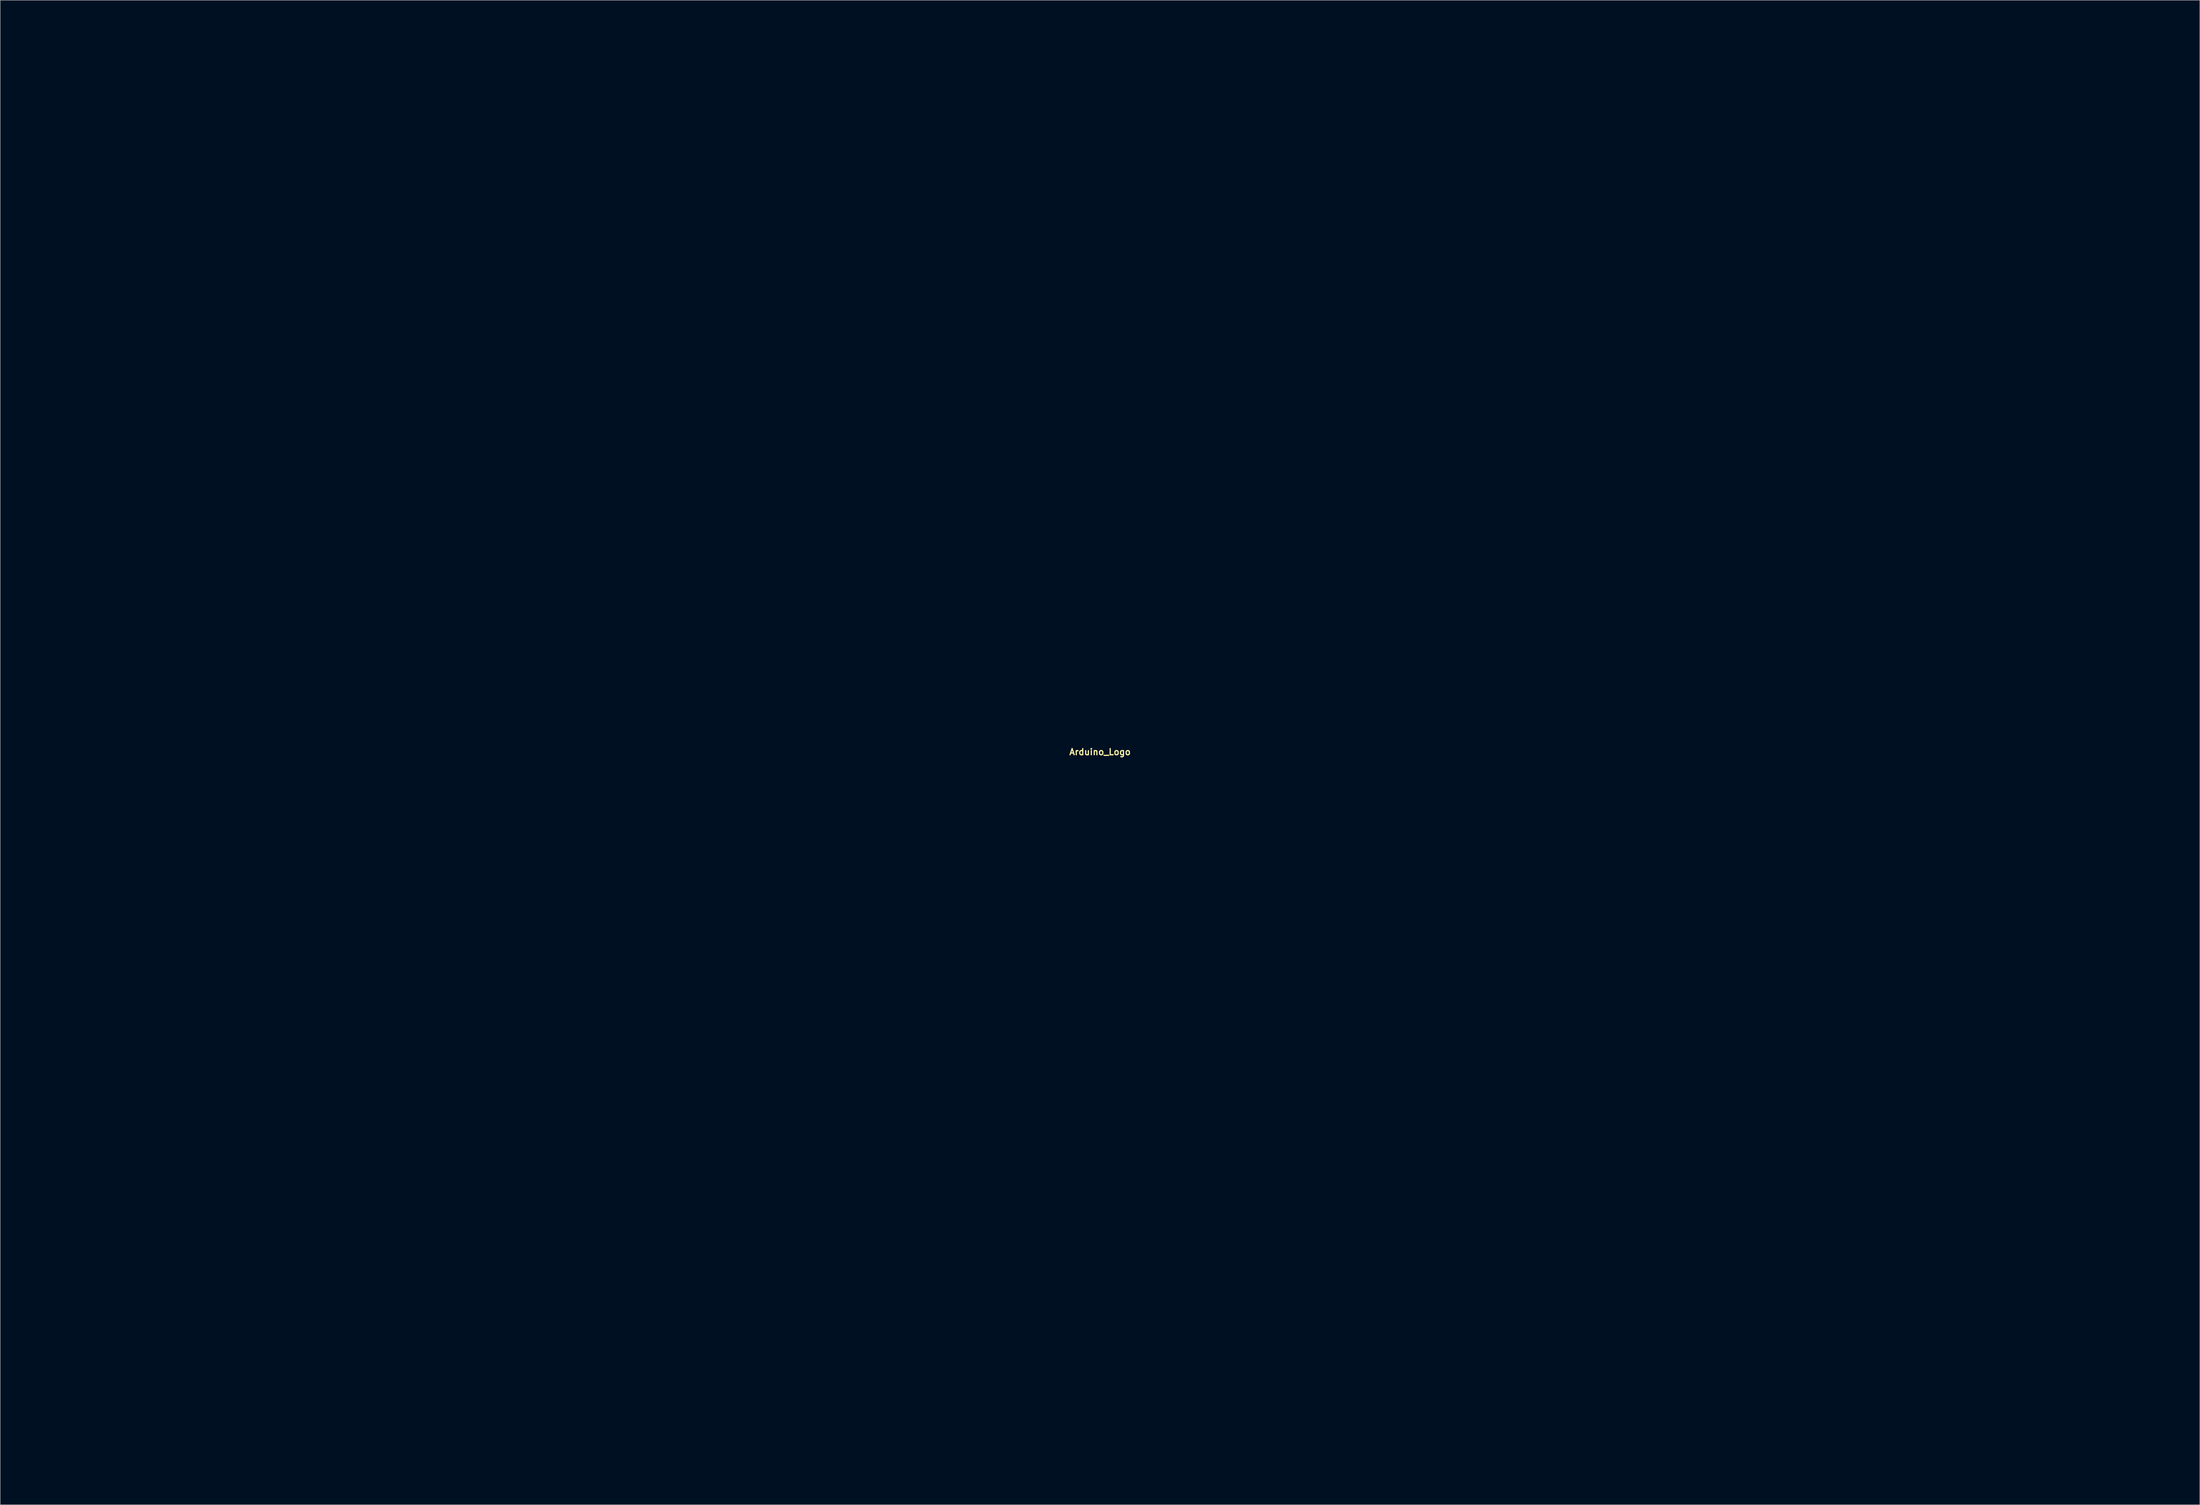
<source format=kicad_pcb>
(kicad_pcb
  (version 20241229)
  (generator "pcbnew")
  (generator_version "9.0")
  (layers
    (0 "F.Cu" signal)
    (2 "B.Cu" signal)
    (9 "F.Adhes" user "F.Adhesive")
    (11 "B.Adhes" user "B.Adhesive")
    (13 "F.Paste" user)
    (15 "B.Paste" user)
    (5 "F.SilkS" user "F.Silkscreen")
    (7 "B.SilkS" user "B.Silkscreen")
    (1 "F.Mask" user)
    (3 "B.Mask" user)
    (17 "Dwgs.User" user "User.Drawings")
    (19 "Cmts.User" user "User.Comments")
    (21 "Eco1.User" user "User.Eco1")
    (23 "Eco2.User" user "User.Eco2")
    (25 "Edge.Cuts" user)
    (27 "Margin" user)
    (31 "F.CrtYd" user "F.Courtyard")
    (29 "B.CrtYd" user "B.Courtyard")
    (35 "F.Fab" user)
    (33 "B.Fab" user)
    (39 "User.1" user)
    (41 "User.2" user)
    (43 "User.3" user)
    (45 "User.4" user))
  (footprint "Arduino_Logo"
    (layer "F.Cu")
    (at 267.373 181.816)
    (property "Reference" "Arduino_Logo" (at 0 0 0) (layer "F.SilkS") (effects (font (size 1.524 1.524) (thickness 0.3))))
    (attr through_hole)
    (fp_poly (pts (xy -154.338 108.621) (xy -151.649 108.727) (xy -149.405 108.891) (xy -147.518 109.128) (xy -145.901 109.452) (xy -144.465 109.877) (xy -143.122 110.418) (xy -143.042 110.455) (xy -141.205 111.508) (xy -139.803 112.803) (xy -138.785 114.408) (xy -138.098 116.389) (xy -137.949 117.064) (xy -137.715 119.499) (xy -137.967 121.823) (xy -138.678 123.978) (xy -139.824 125.906) (xy -141.377 127.55) (xy -143.248 128.817) (xy -144.534 129.452) (xy -145.783 129.945) (xy -147.097 130.316) (xy -148.574 130.583) (xy -150.313 130.766) (xy -152.416 130.885) (xy -154.205 130.941) (xy -159.619 131.072) (xy -159.619 108.474) (xy -154.338 108.621)) (stroke (width 0.01) (type solid)) (fill yes) (layer "F.Mask"))
    (fp_poly (pts (xy -80.144 108.885) (xy -77.973 108.928) (xy -76.252 108.977) (xy -74.897 109.038) (xy -73.823 109.117) (xy -72.946 109.222) (xy -72.181 109.359) (xy -71.444 109.535) (xy -71.254 109.586) (xy -68.315 110.586) (xy -65.743 111.899) (xy -63.517 113.548) (xy -61.621 115.558) (xy -60.036 117.952) (xy -58.744 120.753) (xy -57.726 123.984) (xy -56.964 127.668) (xy -56.901 128.069) (xy -56.75 129.405) (xy -56.638 131.13) (xy -56.566 133.141) (xy -56.532 135.331) (xy -56.535 137.594) (xy -56.575 139.825) (xy -56.651 141.917) (xy -56.761 143.765) (xy -56.906 145.263) (xy -57.035 146.083) (xy -57.934 149.744) (xy -59.071 152.948) (xy -60.468 155.725) (xy -62.147 158.109) (xy -64.128 160.129) (xy -66.434 161.818) (xy -68.629 163) (xy -70.043 163.619) (xy -71.392 164.105) (xy -72.774 164.476) (xy -74.287 164.75) (xy -76.028 164.942) (xy -78.094 165.071) (xy -80.585 165.154) (xy -80.946 165.162) (xy -86.895 165.292) (xy -86.895 108.766) (xy -80.144 108.885)) (stroke (width 0.01) (type solid)) (fill yes) (layer "F.Mask"))
    (fp_poly (pts (xy -204.47 -181.771) (xy -198.762 -181.766) (xy -193.225 -181.76) (xy -187.88 -181.753) (xy -182.747 -181.744) (xy -177.85 -181.733) (xy -173.208 -181.722) (xy -168.845 -181.709) (xy -164.781 -181.695) (xy -161.037 -181.68) (xy -157.636 -181.664) (xy -154.599 -181.648) (xy -151.948 -181.631) (xy -149.703 -181.613) (xy -147.887 -181.594) (xy -146.521 -181.576) (xy -145.626 -181.556) (xy -145.224 -181.537) (xy -145.315 -181.519) (xy -153.888 -180.775) (xy -162.28 -179.529) (xy -170.491 -177.779) (xy -178.521 -175.526) (xy -186.371 -172.77) (xy -194.04 -169.51) (xy -201.527 -165.747) (xy -208.834 -161.481) (xy -212.656 -159.001) (xy -219.191 -154.293) (xy -225.455 -149.14) (xy -231.411 -143.582) (xy -237.02 -137.658) (xy -242.245 -131.405) (xy -247.046 -124.861) (xy -247.576 -124.082) (xy -249.398 -121.246) (xy -251.308 -118.029) (xy -253.239 -114.563) (xy -255.119 -110.977) (xy -256.882 -107.402) (xy -258.458 -103.969) (xy -259.591 -101.281) (xy -261.753 -95.416) (xy -263.675 -89.245) (xy -265.302 -82.962) (xy -266.577 -76.764) (xy -266.583 -76.735) (xy -267.317 -72.591) (xy -267.368 -181.811) (xy -204.47 -181.771)) (stroke (width 0.01) (type solid)) (fill yes) (layer "F.Mask"))
    (fp_poly (pts (xy -224.348 113.602) (xy -224.128 114.178) (xy -223.855 115.031) (xy -223.822 115.143) (xy -223.518 116.182) (xy -223.105 117.6) (xy -222.599 119.342) (xy -222.015 121.357) (xy -221.368 123.59) (xy -220.675 125.988) (xy -219.949 128.497) (xy -219.208 131.065) (xy -218.465 133.638) (xy -217.737 136.162) (xy -217.039 138.584) (xy -216.386 140.851) (xy -215.794 142.909) (xy -215.278 144.705) (xy -214.854 146.185) (xy -214.537 147.296) (xy -214.342 147.985) (xy -214.286 148.189) (xy -214.104 148.924) (xy -224.427 148.924) (xy -227.161 148.921) (xy -229.401 148.909) (xy -231.187 148.888) (xy -232.562 148.857) (xy -233.564 148.814) (xy -234.236 148.757) (xy -234.617 148.686) (xy -234.748 148.599) (xy -234.749 148.59) (xy -234.677 148.285) (xy -234.468 147.52) (xy -234.138 146.348) (xy -233.702 144.818) (xy -233.174 142.982) (xy -232.571 140.891) (xy -231.906 138.596) (xy -231.195 136.148) (xy -230.452 133.598) (xy -229.693 130.998) (xy -228.932 128.397) (xy -228.184 125.848) (xy -227.465 123.401) (xy -226.788 121.108) (xy -226.17 119.018) (xy -225.625 117.185) (xy -225.167 115.657) (xy -224.812 114.487) (xy -224.575 113.726) (xy -224.471 113.425) (xy -224.469 113.422) (xy -224.348 113.602)) (stroke (width 0.01) (type solid)) (fill yes) (layer "F.Mask"))
    (fp_poly (pts (xy 235.245 108.742) (xy 237.787 109.494) (xy 240 110.651) (xy 241.914 112.235) (xy 243.56 114.265) (xy 244.943 116.706) (xy 245.877 118.901) (xy 246.64 121.251) (xy 247.241 123.819) (xy 247.691 126.665) (xy 247.999 129.852) (xy 248.175 133.441) (xy 248.23 137.294) (xy 248.204 140.473) (xy 248.115 143.215) (xy 247.953 145.616) (xy 247.71 147.769) (xy 247.374 149.772) (xy 246.937 151.718) (xy 246.611 152.935) (xy 245.513 156.08) (xy 244.121 158.796) (xy 242.442 161.075) (xy 240.482 162.911) (xy 238.248 164.294) (xy 235.748 165.218) (xy 235.06 165.382) (xy 233.059 165.658) (xy 230.834 165.724) (xy 228.653 165.58) (xy 227.33 165.363) (xy 224.815 164.548) (xy 222.509 163.258) (xy 220.464 161.531) (xy 218.734 159.401) (xy 218.701 159.352) (xy 217.627 157.391) (xy 216.687 154.976) (xy 215.888 152.173) (xy 215.237 149.048) (xy 214.741 145.665) (xy 214.406 142.092) (xy 214.24 138.392) (xy 214.25 134.632) (xy 214.441 130.878) (xy 214.822 127.195) (xy 215.13 125.128) (xy 215.923 121.483) (xy 217.007 118.275) (xy 218.377 115.509) (xy 220.031 113.187) (xy 221.964 111.313) (xy 224.172 109.892) (xy 226.652 108.928) (xy 229.399 108.423) (xy 232.343 108.377) (xy 235.245 108.742)) (stroke (width 0.01) (type solid)) (fill yes) (layer "F.Mask"))
    (fp_poly (pts (xy 7.715 -181.729) (xy 15.948 -181.728) (xy 24.016 -181.726) (xy 31.904 -181.723) (xy 39.596 -181.72) (xy 47.077 -181.716) (xy 54.331 -181.711) (xy 61.344 -181.706) (xy 68.099 -181.7) (xy 74.581 -181.693) (xy 80.775 -181.686) (xy 86.666 -181.678) (xy 92.238 -181.67) (xy 97.476 -181.661) (xy 102.364 -181.652) (xy 106.887 -181.643) (xy 111.03 -181.633) (xy 114.777 -181.622) (xy 118.114 -181.611) (xy 121.023 -181.6) (xy 123.491 -181.589) (xy 125.502 -181.577) (xy 127.04 -181.565) (xy 128.09 -181.553) (xy 128.637 -181.54) (xy 128.665 -181.528) (xy 128.654 -181.527) (xy 119.652 -180.838) (xy 110.88 -179.667) (xy 102.334 -178.013) (xy 94.01 -175.875) (xy 85.903 -173.251) (xy 78.007 -170.139) (xy 70.318 -166.538) (xy 62.831 -162.446) (xy 56.682 -158.621) (xy 50.739 -154.511) (xy 44.936 -150.086) (xy 39.248 -145.322) (xy 33.649 -140.192) (xy 28.116 -134.673) (xy 22.623 -128.737) (xy 17.145 -122.361) (xy 11.659 -115.519) (xy 6.138 -108.185) (xy 3.224 -104.14) (xy 2.168 -102.659) (xy 1.21 -101.332) (xy 0.394 -100.217) (xy -0.235 -99.376) (xy -0.633 -98.867) (xy -0.753 -98.74) (xy -0.956 -98.933) (xy -1.409 -99.499) (xy -2.061 -100.372) (xy -2.862 -101.482) (xy -3.743 -102.738) (xy -9.829 -111.212) (xy -15.977 -119.16) (xy -22.191 -126.588) (xy -28.478 -133.501) (xy -34.843 -139.905) (xy -41.291 -145.806) (xy -47.828 -151.21) (xy -54.459 -156.122) (xy -55.785 -157.038) (xy -63.103 -161.719) (xy -70.61 -165.905) (xy -78.312 -169.596) (xy -86.214 -172.795) (xy -94.321 -175.502) (xy -102.639 -177.721) (xy -111.171 -179.453) (xy -119.924 -180.698) (xy -128.903 -181.46) (xy -129.807 -181.509) (xy -129.816 -181.523) (xy -129.305 -181.537) (xy -128.29 -181.551) (xy -126.785 -181.564) (xy -124.805 -181.577) (xy -122.366 -181.59) (xy -119.483 -181.602) (xy -116.17 -181.614) (xy -112.442 -181.625) (xy -108.316 -181.636) (xy -103.805 -181.647) (xy -98.924 -181.657) (xy -93.69 -181.666) (xy -88.116 -181.675) (xy -82.219 -181.683) (xy -76.012 -181.691) (xy -69.512 -181.698) (xy -62.732 -181.705) (xy -55.688 -181.711) (xy -48.396 -181.716) (xy -40.87 -181.72) (xy -33.125 -181.724) (xy -25.176 -181.726) (xy -17.039 -181.728) (xy -8.728 -181.73) (xy -0.668 -181.73) (xy 7.715 -181.729)) (stroke (width 0.01) (type solid)) (fill yes) (layer "F.Mask"))
    (fp_poly (pts (xy -130.313 -137.027) (xy -123.382 -136.416) (xy -116.723 -135.391) (xy -110.29 -133.941) (xy -104.04 -132.056) (xy -97.925 -129.725) (xy -91.901 -126.938) (xy -90.702 -126.324) (xy -86.093 -123.773) (xy -81.655 -120.988) (xy -77.316 -117.918) (xy -73.007 -114.509) (xy -68.66 -110.711) (xy -64.202 -106.468) (xy -63.742 -106.012) (xy -60.25 -102.436) (xy -56.835 -98.732) (xy -53.46 -94.849) (xy -50.085 -90.739) (xy -46.673 -86.353) (xy -43.184 -81.643) (xy -39.581 -76.559) (xy -35.824 -71.054) (xy -34.086 -68.446) (xy -32.286 -65.717) (xy -30.773 -63.409) (xy -29.536 -61.499) (xy -28.56 -59.967) (xy -27.833 -58.792) (xy -27.341 -57.953) (xy -27.07 -57.428) (xy -27.004 -57.219) (xy -27.146 -56.886) (xy -27.554 -56.152) (xy -28.197 -55.064) (xy -29.047 -53.666) (xy -30.075 -52.005) (xy -31.252 -50.126) (xy -32.548 -48.075) (xy -33.934 -45.898) (xy -35.381 -43.641) (xy -36.861 -41.349) (xy -38.343 -39.068) (xy -39.799 -36.844) (xy -41.2 -34.723) (xy -42.516 -32.75) (xy -43.688 -31.015) (xy -48.537 -24.101) (xy -53.314 -17.704) (xy -58.03 -11.811) (xy -62.695 -6.412) (xy -67.319 -1.494) (xy -71.914 2.955) (xy -76.491 6.946) (xy -81.059 10.492) (xy -81.47 10.79) (xy -87.056 14.49) (xy -92.835 17.693) (xy -98.806 20.396) (xy -104.965 22.598) (xy -111.308 24.299) (xy -117.833 25.498) (xy -121.385 25.93) (xy -123.328 26.085) (xy -125.694 26.204) (xy -128.37 26.286) (xy -131.245 26.33) (xy -134.209 26.335) (xy -137.148 26.298) (xy -139.953 26.218) (xy -140.368 26.202) (xy -146.378 25.809) (xy -152.03 25.126) (xy -157.427 24.135) (xy -162.673 22.818) (xy -167.239 21.376) (xy -173.53 18.935) (xy -179.544 16.064) (xy -185.262 12.783) (xy -190.666 9.113) (xy -195.737 5.074) (xy -200.456 0.685) (xy -204.803 -4.033) (xy -208.762 -9.059) (xy -212.313 -14.374) (xy -215.436 -19.958) (xy -218.115 -25.79) (xy -220.328 -31.85) (xy -221.923 -37.541) (xy -222.589 -40.509) (xy -223.098 -43.282) (xy -223.467 -46.007) (xy -223.712 -48.831) (xy -223.85 -51.902) (xy -223.897 -55.078) (xy -223.889 -57.888) (xy -223.836 -60.298) (xy -223.725 -62.445) (xy -223.544 -64.462) (xy -223.28 -66.484) (xy -222.922 -68.646) (xy -222.909 -68.714) (xy -179.137 -68.714) (xy -179.137 -49.463) (xy -90.103 -49.463) (xy -90.103 -68.714) (xy -179.137 -68.714) (xy -222.909 -68.714) (xy -222.458 -71.082) (xy -222.448 -71.132) (xy -220.95 -77.298) (xy -218.964 -83.28) (xy -216.511 -89.058) (xy -213.613 -94.611) (xy -210.291 -99.92) (xy -206.566 -104.963) (xy -202.46 -109.72) (xy -197.994 -114.17) (xy -193.188 -118.294) (xy -188.065 -122.07) (xy -182.646 -125.478) (xy -176.951 -128.497) (xy -171.003 -131.108) (xy -164.823 -133.289) (xy -158.431 -135.02) (xy -155.372 -135.671) (xy -152.497 -136.193) (xy -149.824 -136.594) (xy -147.212 -136.887) (xy -144.522 -137.083) (xy -141.612 -137.194) (xy -138.342 -137.234) (xy -137.561 -137.235) (xy -130.313 -137.027)) (stroke (width 0.01) (type solid)) (fill yes) (layer "F.Mask"))
    (fp_poly (pts (xy 140.355 -137.216) (xy 144.659 -136.968) (xy 148.615 -136.55) (xy 149.192 -136.469) (xy 156.083 -135.212) (xy 162.761 -133.465) (xy 169.221 -131.231) (xy 175.458 -128.512) (xy 181.468 -125.309) (xy 187.247 -121.624) (xy 192.104 -118.012) (xy 193.778 -116.606) (xy 195.664 -114.9) (xy 197.663 -112.992) (xy 199.676 -110.983) (xy 201.605 -108.973) (xy 203.349 -107.06) (xy 204.809 -105.345) (xy 205.243 -104.801) (xy 209.173 -99.35) (xy 212.588 -93.77) (xy 215.494 -88.044) (xy 217.897 -82.155) (xy 219.805 -76.086) (xy 221.223 -69.821) (xy 222.159 -63.344) (xy 222.196 -62.991) (xy 222.334 -61.076) (xy 222.409 -58.775) (xy 222.424 -56.218) (xy 222.383 -53.533) (xy 222.289 -50.848) (xy 222.145 -48.293) (xy 221.955 -45.994) (xy 221.722 -44.082) (xy 221.685 -43.844) (xy 220.377 -37.34) (xy 218.591 -31.073) (xy 216.323 -25.031) (xy 213.568 -19.202) (xy 210.321 -13.575) (xy 209.561 -12.395) (xy 205.729 -7.035) (xy 201.492 -2.009) (xy 196.877 2.667) (xy 191.912 6.973) (xy 186.623 10.891) (xy 181.038 14.404) (xy 175.185 17.493) (xy 169.089 20.14) (xy 162.779 22.326) (xy 156.282 24.034) (xy 154.405 24.43) (xy 151.91 24.898) (xy 149.528 25.277) (xy 147.136 25.58) (xy 144.612 25.82) (xy 141.833 26.01) (xy 138.676 26.163) (xy 137.714 26.201) (xy 134.921 26.301) (xy 132.565 26.369) (xy 130.547 26.406) (xy 128.77 26.413) (xy 127.137 26.388) (xy 125.55 26.331) (xy 123.912 26.243) (xy 122.937 26.18) (xy 116.456 25.512) (xy 110.184 24.394) (xy 104.106 22.818) (xy 98.203 20.775) (xy 92.458 18.257) (xy 86.854 15.253) (xy 81.375 11.757) (xy 76.002 7.758) (xy 70.719 3.248) (xy 65.508 -1.781) (xy 62.993 -4.419) (xy 60.124 -7.587) (xy 57.26 -10.911) (xy 54.378 -14.426) (xy 51.451 -18.167) (xy 48.455 -22.167) (xy 45.366 -26.461) (xy 42.157 -31.082) (xy 38.806 -36.066) (xy 35.286 -41.446) (xy 31.573 -47.256) (xy 29.561 -50.453) (xy 25.341 -57.192) (xy 25.959 -58.207) (xy 27.467 -60.632) (xy 29.238 -63.392) (xy 31.21 -66.397) (xy 33.322 -69.557) (xy 34.748 -71.655) (xy 93.312 -71.655) (xy 93.312 -46.789) (xy 117.375 -46.789) (xy 117.375 -22.459) (xy 142.507 -22.459) (xy 142.507 -46.789) (xy 166.571 -46.789) (xy 166.571 -71.655) (xy 142.507 -71.655) (xy 142.507 -95.718) (xy 117.375 -95.718) (xy 117.375 -71.655) (xy 93.312 -71.655) (xy 34.748 -71.655) (xy 35.513 -72.781) (xy 37.721 -75.98) (xy 39.886 -79.063) (xy 41.944 -81.941) (xy 43.836 -84.522) (xy 44.12 -84.902) (xy 49.366 -91.664) (xy 54.602 -97.904) (xy 59.846 -103.635) (xy 65.117 -108.869) (xy 70.434 -113.62) (xy 75.817 -117.898) (xy 81.283 -121.717) (xy 86.851 -125.09) (xy 92.541 -128.028) (xy 98.372 -130.543) (xy 104.362 -132.65) (xy 110.53 -134.359) (xy 116.895 -135.683) (xy 122.42 -136.509) (xy 126.736 -136.941) (xy 131.256 -137.203) (xy 135.842 -137.295) (xy 140.355 -137.216)) (stroke (width 0.01) (type solid)) (fill yes) (layer "F.Mask"))
    (fp_poly (pts (xy 267.323 -25.868) (xy 267.321 -16.769) (xy 267.318 -7.807) (xy 267.314 1.004) (xy 267.311 9.648) (xy 267.307 18.111) (xy 267.303 26.378) (xy 267.299 34.435) (xy 267.294 42.267) (xy 267.289 49.858) (xy 267.285 57.196) (xy 267.28 64.264) (xy 267.274 71.048) (xy 267.269 77.534) (xy 267.264 83.707) (xy 267.258 89.552) (xy 267.253 95.054) (xy 267.247 100.198) (xy 267.241 104.971) (xy 267.235 109.357) (xy 267.23 113.342) (xy 267.224 116.911) (xy 267.218 120.049) (xy 267.212 122.741) (xy 267.206 124.974) (xy 267.2 126.731) (xy 267.194 127.999) (xy 267.189 128.763) (xy 267.183 129.009) (xy 267.182 129.005) (xy 266.521 123.731) (xy 265.52 118.852) (xy 264.183 114.372) (xy 262.513 110.296) (xy 260.511 106.628) (xy 258.181 103.371) (xy 255.524 100.529) (xy 252.543 98.106) (xy 249.241 96.106) (xy 245.621 94.533) (xy 244.909 94.287) (xy 241.413 93.337) (xy 237.628 92.695) (xy 233.716 92.378) (xy 229.838 92.403) (xy 228.523 92.496) (xy 224.04 93.129) (xy 219.854 94.204) (xy 215.971 95.715) (xy 212.397 97.656) (xy 209.137 100.022) (xy 206.198 102.805) (xy 203.586 106) (xy 201.305 109.601) (xy 199.362 113.602) (xy 197.764 117.997) (xy 196.515 122.779) (xy 195.814 126.599) (xy 195.62 128.256) (xy 195.471 130.337) (xy 195.366 132.731) (xy 195.305 135.328) (xy 195.29 138.019) (xy 195.319 140.694) (xy 195.393 143.242) (xy 195.511 145.555) (xy 195.675 147.522) (xy 195.799 148.523) (xy 196.653 153.303) (xy 197.75 157.634) (xy 199.105 161.552) (xy 200.735 165.093) (xy 202.657 168.294) (xy 204.887 171.191) (xy 207.265 173.656) (xy 210.199 176.039) (xy 213.453 178.006) (xy 217.037 179.562) (xy 220.96 180.711) (xy 224.28 181.329) (xy 226.428 181.55) (xy 228.887 181.656) (xy 231.485 181.65) (xy 234.051 181.537) (xy 236.412 181.319) (xy 238.162 181.048) (xy 242.232 180.031) (xy 246.032 178.64) (xy 249.496 176.903) (xy 251.183 175.844) (xy 252.629 174.748) (xy 254.239 173.338) (xy 255.88 171.745) (xy 257.418 170.099) (xy 258.72 168.53) (xy 258.881 168.317) (xy 259.879 166.833) (xy 260.959 164.979) (xy 262.052 162.896) (xy 263.085 160.725) (xy 263.99 158.608) (xy 264.684 156.718) (xy 265.288 154.654) (xy 265.871 152.256) (xy 266.392 149.724) (xy 266.808 147.258) (xy 267.054 145.315) (xy 267.104 145.025) (xy 267.148 145.202) (xy 267.188 145.853) (xy 267.223 146.986) (xy 267.253 148.61) (xy 267.278 150.731) (xy 267.299 153.359) (xy 267.315 156.501) (xy 267.327 160.165) (xy 267.332 162.493) (xy 267.368 182.078) (xy -267.368 182.078) (xy -267.368 180.214) (xy -262.353 180.214) (xy -253.31 180.143) (xy -244.268 180.073) (xy -239.355 163.496) (xy -224.748 163.427) (xy -210.142 163.358) (xy -209.869 163.961) (xy -209.728 164.365) (xy -209.461 165.213) (xy -209.09 166.436) (xy -208.635 167.966) (xy -208.116 169.733) (xy -207.556 171.667) (xy -207.368 172.319) (xy -205.141 180.073) (xy -195.097 180.143) (xy -185.052 180.213) (xy -185.054 180.206) (xy -177.8 180.206) (xy -159.619 180.206) (xy -159.619 145.181) (xy -157.413 145.184) (xy -154.796 145.388) (xy -152.494 146.005) (xy -150.459 147.054) (xy -148.644 148.553) (xy -148.411 148.793) (xy -148.084 149.144) (xy -147.783 149.49) (xy -147.488 149.87) (xy -147.182 150.32) (xy -146.844 150.88) (xy -146.456 151.587) (xy -145.999 152.478) (xy -145.454 153.592) (xy -144.803 154.967) (xy -144.026 156.64) (xy -143.104 158.649) (xy -142.019 161.032) (xy -140.751 163.827) (xy -139.298 167.038) (xy -133.339 180.206) (xy -112.069 180.206) (xy -119.897 164.365) (xy -121.27 161.592) (xy -122.602 158.917) (xy -123.868 156.385) (xy -125.046 154.042) (xy -126.112 151.934) (xy -127.042 150.109) (xy -127.815 148.61) (xy -128.405 147.485) (xy -128.791 146.78) (xy -128.866 146.652) (xy -130.353 144.426) (xy -131.904 142.499) (xy -133.444 140.96) (xy -134.141 140.397) (xy -134.869 139.809) (xy -135.256 139.388) (xy -135.251 139.197) (xy -132.47 138.271) (xy -130.103 137.244) (xy -128.032 136.048) (xy -126.138 134.618) (xy -124.695 133.285) (xy -123.582 132.148) (xy -122.761 131.213) (xy -122.121 130.329) (xy -121.551 129.347) (xy -121.042 128.328) (xy -120.274 126.643) (xy -119.706 125.159) (xy -119.31 123.738) (xy -119.059 122.245) (xy -118.926 120.542) (xy -118.883 118.493) (xy -118.884 117.642) (xy -118.938 115.254) (xy -119.091 113.259) (xy -119.374 111.519) (xy -119.814 109.896) (xy -120.442 108.253) (xy -121.241 106.546) (xy -122.798 103.932) (xy -124.716 101.639) (xy -127.015 99.653) (xy -129.713 97.964) (xy -132.829 96.56) (xy -136.381 95.429) (xy -140.198 94.593) (xy -140.879 94.475) (xy -141.538 94.374) (xy -142.223 94.288) (xy -142.979 94.216) (xy -143.853 94.155) (xy -144.891 94.105) (xy -146.14 94.063) (xy -147.646 94.029) (xy -149.455 94) (xy -151.614 93.976) (xy -154.168 93.955) (xy -157.166 93.934) (xy -160.622 93.913) (xy -172.253 93.846) (xy -105.076 93.846) (xy -105.076 180.244) (xy -89.502 180.139) (xy -86.188 180.115) (xy -83.359 180.092) (xy -80.966 180.067) (xy -78.959 180.039) (xy -77.288 180.006) (xy -75.905 179.966) (xy -74.758 179.917) (xy -73.8 179.858) (xy -72.98 179.787) (xy -72.249 179.701) (xy -71.557 179.6) (xy -70.854 179.48) (xy -70.719 179.456) (xy -66.42 178.552) (xy -62.563 177.453) (xy -59.082 176.126) (xy -55.911 174.54) (xy -52.982 172.664) (xy -50.231 170.467) (xy -48.633 168.977) (xy -46.211 166.416) (xy -44.21 163.873) (xy -42.545 161.213) (xy -41.132 158.302) (xy -39.887 155.003) (xy -39.833 154.842) (xy -38.586 150.388) (xy -37.69 145.617) (xy -37.15 140.622) (xy -36.972 135.494) (xy -37.16 130.326) (xy -37.721 125.208) (xy -37.962 123.7) (xy -38.965 119.118) (xy -40.33 114.926) (xy -42.061 111.122) (xy -44.16 107.703) (xy -46.632 104.666) (xy -49.479 102.008) (xy -52.703 99.726) (xy -56.308 97.818) (xy -60.297 96.282) (xy -64.673 95.113) (xy -69.439 94.31) (xy -69.936 94.25) (xy -70.834 94.159) (xy -71.871 94.081) (xy -73.093 94.017) (xy -74.545 93.964) (xy -76.275 93.923) (xy -78.326 93.891) (xy -80.746 93.869) (xy -83.58 93.855) (xy -86.873 93.847) (xy -89.233 93.846) (xy -29.143 93.846) (xy -29.143 122.55) (xy -29.142 127.643) (xy -29.138 132.233) (xy -29.13 136.354) (xy -29.115 140.035) (xy -29.092 143.311) (xy -29.059 146.213) (xy -29.015 148.772) (xy -28.958 151.022) (xy -28.886 152.994) (xy -28.797 154.721) (xy -28.691 156.234) (xy -28.565 157.566) (xy -28.417 158.749) (xy -28.247 159.815) (xy -28.052 160.796) (xy -27.83 161.724) (xy -27.58 162.632) (xy -27.3 163.551) (xy -26.989 164.514) (xy -26.953 164.624) (xy -25.616 167.869) (xy -23.859 170.79) (xy -21.689 173.382) (xy -19.116 175.638) (xy -16.149 177.552) (xy -12.797 179.118) (xy -9.069 180.329) (xy -4.975 181.179) (xy -2.139 181.534) (xy -0.353 181.646) (xy 1.765 181.686) (xy 4.052 181.66) (xy 6.346 181.572) (xy 8.487 181.426) (xy 10.311 181.228) (xy 10.828 181.15) (xy 15.033 180.233) (xy 18.865 178.931) (xy 22.327 177.244) (xy 25.419 175.172) (xy 28.143 172.712) (xy 30.499 169.864) (xy 32.489 166.626) (xy 34.114 162.999) (xy 35.374 158.979) (xy 36.025 156.017) (xy 36.095 155.594) (xy 36.158 155.107) (xy 36.215 154.523) (xy 36.265 153.812) (xy 36.309 152.943) (xy 36.348 151.884) (xy 36.382 150.604) (xy 36.412 149.072) (xy 36.438 147.257) (xy 36.461 145.127) (xy 36.482 142.652) (xy 36.5 139.799) (xy 36.516 136.539) (xy 36.532 132.839) (xy 36.546 128.668) (xy 36.561 123.996) (xy 36.562 123.725) (xy 36.651 93.846) (xy 51.067 93.846) (xy 51.067 108.284) (xy 70.318 108.284) (xy 70.318 165.501) (xy 51.067 165.501) (xy 51.067 180.206) (xy 108.284 180.206) (xy 108.284 165.501) (xy 88.764 165.501) (xy 88.832 136.959) (xy 88.9 108.418) (xy 98.592 108.348) (xy 108.284 108.278) (xy 108.284 93.846) (xy 122.989 93.846) (xy 122.989 180.206) (xy 139.831 180.206) (xy 139.899 151.143) (xy 139.967 122.08) (xy 141.551 125.639) (xy 141.883 126.376) (xy 142.424 127.561) (xy 143.155 129.154) (xy 144.059 131.119) (xy 145.119 133.417) (xy 146.316 136.011) (xy 147.634 138.863) (xy 149.055 141.934) (xy 150.561 145.187) (xy 152.136 148.584) (xy 153.76 152.087) (xy 154.943 154.635) (xy 166.751 180.073) (xy 177.489 180.143) (xy 188.227 180.212) (xy 188.227 93.846) (xy 171.653 93.846) (xy 171.517 151.163) (xy 170.024 147.704) (xy 169.702 146.98) (xy 169.17 145.81) (xy 168.444 144.232) (xy 167.543 142.283) (xy 166.485 140.003) (xy 165.286 137.427) (xy 163.965 134.595) (xy 162.538 131.543) (xy 161.024 128.31) (xy 159.441 124.933) (xy 157.805 121.451) (xy 156.674 119.046) (xy 144.817 93.846) (xy 122.989 93.846) (xy 108.284 93.846) (xy 51.067 93.846) (xy 36.651 93.846) (xy 18.448 93.846) (xy 18.448 122.662) (xy 18.446 127.701) (xy 18.438 132.342) (xy 18.424 136.573) (xy 18.406 140.379) (xy 18.383 143.744) (xy 18.354 146.654) (xy 18.321 149.096) (xy 18.284 151.054) (xy 18.242 152.513) (xy 18.196 153.46) (xy 18.17 153.744) (xy 17.629 156.845) (xy 16.816 159.495) (xy 15.718 161.713) (xy 14.32 163.516) (xy 12.61 164.923) (xy 10.574 165.95) (xy 8.431 166.569) (xy 7.143 166.75) (xy 5.507 166.856) (xy 3.705 166.888) (xy 1.918 166.844) (xy 0.329 166.725) (xy -0.678 166.575) (xy -3.138 165.821) (xy -5.294 164.637) (xy -7.118 163.048) (xy -8.581 161.083) (xy -9.657 158.768) (xy -10.031 157.527) (xy -10.173 156.93) (xy -10.3 156.303) (xy -10.412 155.614) (xy -10.512 154.831) (xy -10.598 153.922) (xy -10.673 152.855) (xy -10.737 151.599) (xy -10.791 150.121) (xy -10.835 148.39) (xy -10.871 146.373) (xy -10.9 144.039) (xy -10.922 141.356) (xy -10.938 138.292) (xy -10.949 134.815) (xy -10.955 130.893) (xy -10.959 126.494) (xy -10.96 122.522) (xy -10.962 93.846) (xy -29.143 93.846) (xy -89.233 93.846) (xy -105.076 93.846) (xy -172.253 93.846) (xy -177.8 93.814) (xy -177.8 180.206) (xy -185.054 180.206) (xy -185.558 178.672) (xy -185.672 178.307) (xy -185.932 177.464) (xy -186.329 176.176) (xy -186.851 174.476) (xy -187.489 172.397) (xy -188.233 169.974) (xy -189.072 167.238) (xy -189.997 164.223) (xy -190.996 160.962) (xy -192.06 157.489) (xy -193.179 153.837) (xy -194.343 150.039) (xy -195.541 146.127) (xy -196.764 142.136) (xy -198 138.098) (xy -199.24 134.048) (xy -200.474 130.016) (xy -201.692 126.039) (xy -202.883 122.147) (xy -204.037 118.375) (xy -205.144 114.756) (xy -206.195 111.322) (xy -207.178 108.108) (xy -208.083 105.146) (xy -208.901 102.469) (xy -209.621 100.112) (xy -210.234 98.106) (xy -210.728 96.485) (xy -211.094 95.283) (xy -211.321 94.532) (xy -211.387 94.314) (xy -211.447 94.204) (xy -211.589 94.112) (xy -211.857 94.038) (xy -212.298 93.979) (xy -212.957 93.933) (xy -213.88 93.899) (xy -215.114 93.875) (xy -216.704 93.86) (xy -218.695 93.851) (xy -221.134 93.847) (xy -223.742 93.846) (xy -235.96 93.846) (xy -249.001 136.425) (xy -250.421 141.059) (xy -251.799 145.56) (xy -253.127 149.901) (xy -254.398 154.053) (xy -255.602 157.991) (xy -256.733 161.687) (xy -257.78 165.114) (xy -258.737 168.245) (xy -259.595 171.054) (xy -260.345 173.512) (xy -260.98 175.594) (xy -261.491 177.271) (xy -261.87 178.518) (xy -262.108 179.306) (xy -262.197 179.608) (xy -262.353 180.214) (xy -267.368 180.214) (xy -267.343 71.722) (xy -267.341 62.578) (xy -267.339 53.954) (xy -267.337 45.836) (xy -267.335 38.208) (xy -267.332 31.056) (xy -267.329 24.365) (xy -267.326 18.119) (xy -267.322 12.305) (xy -267.318 6.908) (xy -267.313 1.913) (xy -267.308 -2.696) (xy -267.302 -6.932) (xy -267.295 -10.81) (xy -267.287 -14.346) (xy -267.278 -17.554) (xy -267.269 -20.448) (xy -267.258 -23.045) (xy -267.246 -25.357) (xy -267.233 -27.4) (xy -267.219 -29.19) (xy -267.203 -30.74) (xy -267.186 -32.065) (xy -267.167 -33.18) (xy -267.147 -34.101) (xy -267.125 -34.841) (xy -267.102 -35.415) (xy -267.077 -35.839) (xy -267.05 -36.127) (xy -267.021 -36.293) (xy -266.99 -36.353) (xy -266.957 -36.321) (xy -266.922 -36.213) (xy -266.884 -36.042) (xy -266.845 -35.823) (xy -266.835 -35.763) (xy -265.217 -27.748) (xy -263.098 -19.908) (xy -260.49 -12.26) (xy -257.404 -4.822) (xy -253.85 2.388) (xy -249.839 9.353) (xy -245.383 16.055) (xy -240.492 22.476) (xy -235.177 28.598) (xy -229.449 34.403) (xy -223.318 39.875) (xy -217.56 44.428) (xy -210.763 49.17) (xy -203.69 53.461) (xy -196.364 57.293) (xy -188.81 60.656) (xy -181.051 63.543) (xy -173.113 65.943) (xy -165.019 67.849) (xy -156.794 69.251) (xy -148.462 70.142) (xy -146.117 70.298) (xy -138.494 70.631) (xy -131.296 70.719) (xy -124.469 70.554) (xy -117.96 70.128) (xy -111.714 69.436) (xy -105.678 68.469) (xy -99.797 67.22) (xy -94.019 65.683) (xy -88.29 63.849) (xy -82.884 61.843) (xy -76.087 58.921) (xy -69.489 55.597) (xy -63.056 51.851) (xy -56.759 47.661) (xy -50.566 43.006) (xy -44.444 37.865) (xy -38.364 32.216) (xy -36.742 30.618) (xy -32.883 26.671) (xy -29.137 22.633) (xy -25.462 18.452) (xy -21.817 14.074) (xy -18.16 9.448) (xy -14.449 4.521) (xy -10.642 -0.76) (xy -6.696 -6.447) (xy -4.035 -10.391) (xy -3.082 -11.808) (xy -2.231 -13.056) (xy -1.525 -14.073) (xy -1.008 -14.797) (xy -0.723 -15.165) (xy -0.682 -15.198) (xy -0.518 -14.961) (xy -0.094 -14.337) (xy 0.549 -13.384) (xy 1.373 -12.16) (xy 2.34 -10.723) (xy 3.41 -9.129) (xy 3.526 -8.957) (xy 8.935 -1.101) (xy 14.281 6.246) (xy 19.583 13.102) (xy 24.86 19.486) (xy 30.133 25.419) (xy 35.42 30.917) (xy 40.741 36.002) (xy 46.115 40.69) (xy 51.563 45.002) (xy 57.103 48.956) (xy 62.754 52.571) (xy 68.537 55.866) (xy 71.88 57.599) (xy 78.877 60.831) (xy 86.035 63.598) (xy 93.382 65.908) (xy 100.944 67.767) (xy 108.749 69.183) (xy 116.825 70.161) (xy 125.2 70.708) (xy 125.396 70.716) (xy 127.279 70.758) (xy 129.587 70.762) (xy 132.211 70.732) (xy 135.041 70.672) (xy 137.97 70.585) (xy 140.889 70.474) (xy 143.689 70.344) (xy 146.26 70.197) (xy 148.496 70.038) (xy 149.982 69.903) (xy 158.535 68.756) (xy 166.877 67.117) (xy 175.008 64.987) (xy 182.928 62.366) (xy 190.637 59.254) (xy 198.133 55.651) (xy 205.415 51.558) (xy 212.484 46.974) (xy 219.339 41.901) (xy 222.183 39.6) (xy 223.806 38.195) (xy 225.685 36.472) (xy 227.731 34.521) (xy 229.854 32.432) (xy 231.965 30.295) (xy 233.974 28.199) (xy 235.791 26.233) (xy 237.327 24.489) (xy 237.673 24.079) (xy 242.83 17.489) (xy 247.49 10.704) (xy 251.651 3.725) (xy 255.315 -3.45) (xy 258.481 -10.819) (xy 261.149 -18.384) (xy 263.319 -26.145) (xy 264.992 -34.101) (xy 266.167 -42.254) (xy 266.585 -46.615) (xy 266.695 -48.505) (xy 266.764 -50.798) (xy 266.792 -53.381) (xy 266.783 -56.141) (xy 266.739 -58.968) (xy 266.661 -61.748) (xy 266.551 -64.369) (xy 266.411 -66.719) (xy 266.244 -68.685) (xy 266.181 -69.248) (xy 264.924 -77.486) (xy 263.172 -85.526) (xy 260.93 -93.359) (xy 258.201 -100.975) (xy 254.991 -108.366) (xy 251.304 -115.522) (xy 247.145 -122.433) (xy 242.518 -129.092) (xy 237.427 -135.487) (xy 231.877 -141.611) (xy 230.207 -143.31) (xy 224.138 -148.999) (xy 217.738 -154.273) (xy 211.021 -159.121) (xy 204.006 -163.534) (xy 196.709 -167.5) (xy 189.146 -171.01) (xy 186.13 -172.185) (xy 234.749 -172.185) (xy 234.749 -169.779) (xy 238.493 -169.779) (xy 238.493 -159.886) (xy 241.166 -159.886) (xy 241.166 -169.779) (xy 244.909 -169.779) (xy 244.909 -172.185) (xy 245.712 -172.185) (xy 245.712 -159.886) (xy 248.118 -159.886) (xy 248.144 -163.83) (xy 248.17 -167.774) (xy 249.426 -163.897) (xy 250.681 -160.02) (xy 253.022 -160.02) (xy 254.112 -163.548) (xy 254.523 -164.846) (xy 254.894 -165.958) (xy 255.189 -166.785) (xy 255.375 -167.227) (xy 255.404 -167.269) (xy 255.475 -167.089) (xy 255.535 -166.462) (xy 255.579 -165.479) (xy 255.602 -164.227) (xy 255.604 -163.674) (xy 255.604 -159.886) (xy 257.743 -159.886) (xy 257.743 -172.185) (xy 254.553 -172.185) (xy 253.627 -169.177) (xy 253.223 -167.86) (xy 252.843 -166.612) (xy 252.536 -165.59) (xy 252.372 -165.033) (xy 252.137 -164.348) (xy 251.926 -163.943) (xy 251.861 -163.897) (xy 251.724 -164.138) (xy 251.462 -164.807) (xy 251.105 -165.816) (xy 250.684 -167.082) (xy 250.378 -168.041) (xy 249.077 -172.185) (xy 245.712 -172.185) (xy 244.909 -172.185) (xy 234.749 -172.185) (xy 186.13 -172.185) (xy 181.335 -174.054) (xy 177.895 -175.219) (xy 169.98 -177.508) (xy 161.869 -179.314) (xy 153.615 -180.629) (xy 145.274 -181.442) (xy 141.839 -181.628) (xy 141.931 -181.635) (xy 142.535 -181.643) (xy 143.63 -181.65) (xy 145.193 -181.658) (xy 147.201 -181.666) (xy 149.632 -181.674) (xy 152.464 -181.682) (xy 155.675 -181.69) (xy 159.243 -181.698) (xy 163.144 -181.706) (xy 167.358 -181.714) (xy 171.861 -181.721) (xy 176.631 -181.728) (xy 181.646 -181.735) (xy 186.884 -181.742) (xy 192.322 -181.748) (xy 197.938 -181.753) (xy 203.668 -181.758) (xy 267.368 -181.811) (xy 267.323 -25.868)) (stroke (width 0.01) (type solid)) (fill yes) (layer "F.Mask")))
  (gr_rect
    (start -3 -3)
    (end 537.747 366.898)
    (stroke (width 0.1) (type default))
    (fill no)
    (layer "Edge.Cuts")))
</source>
